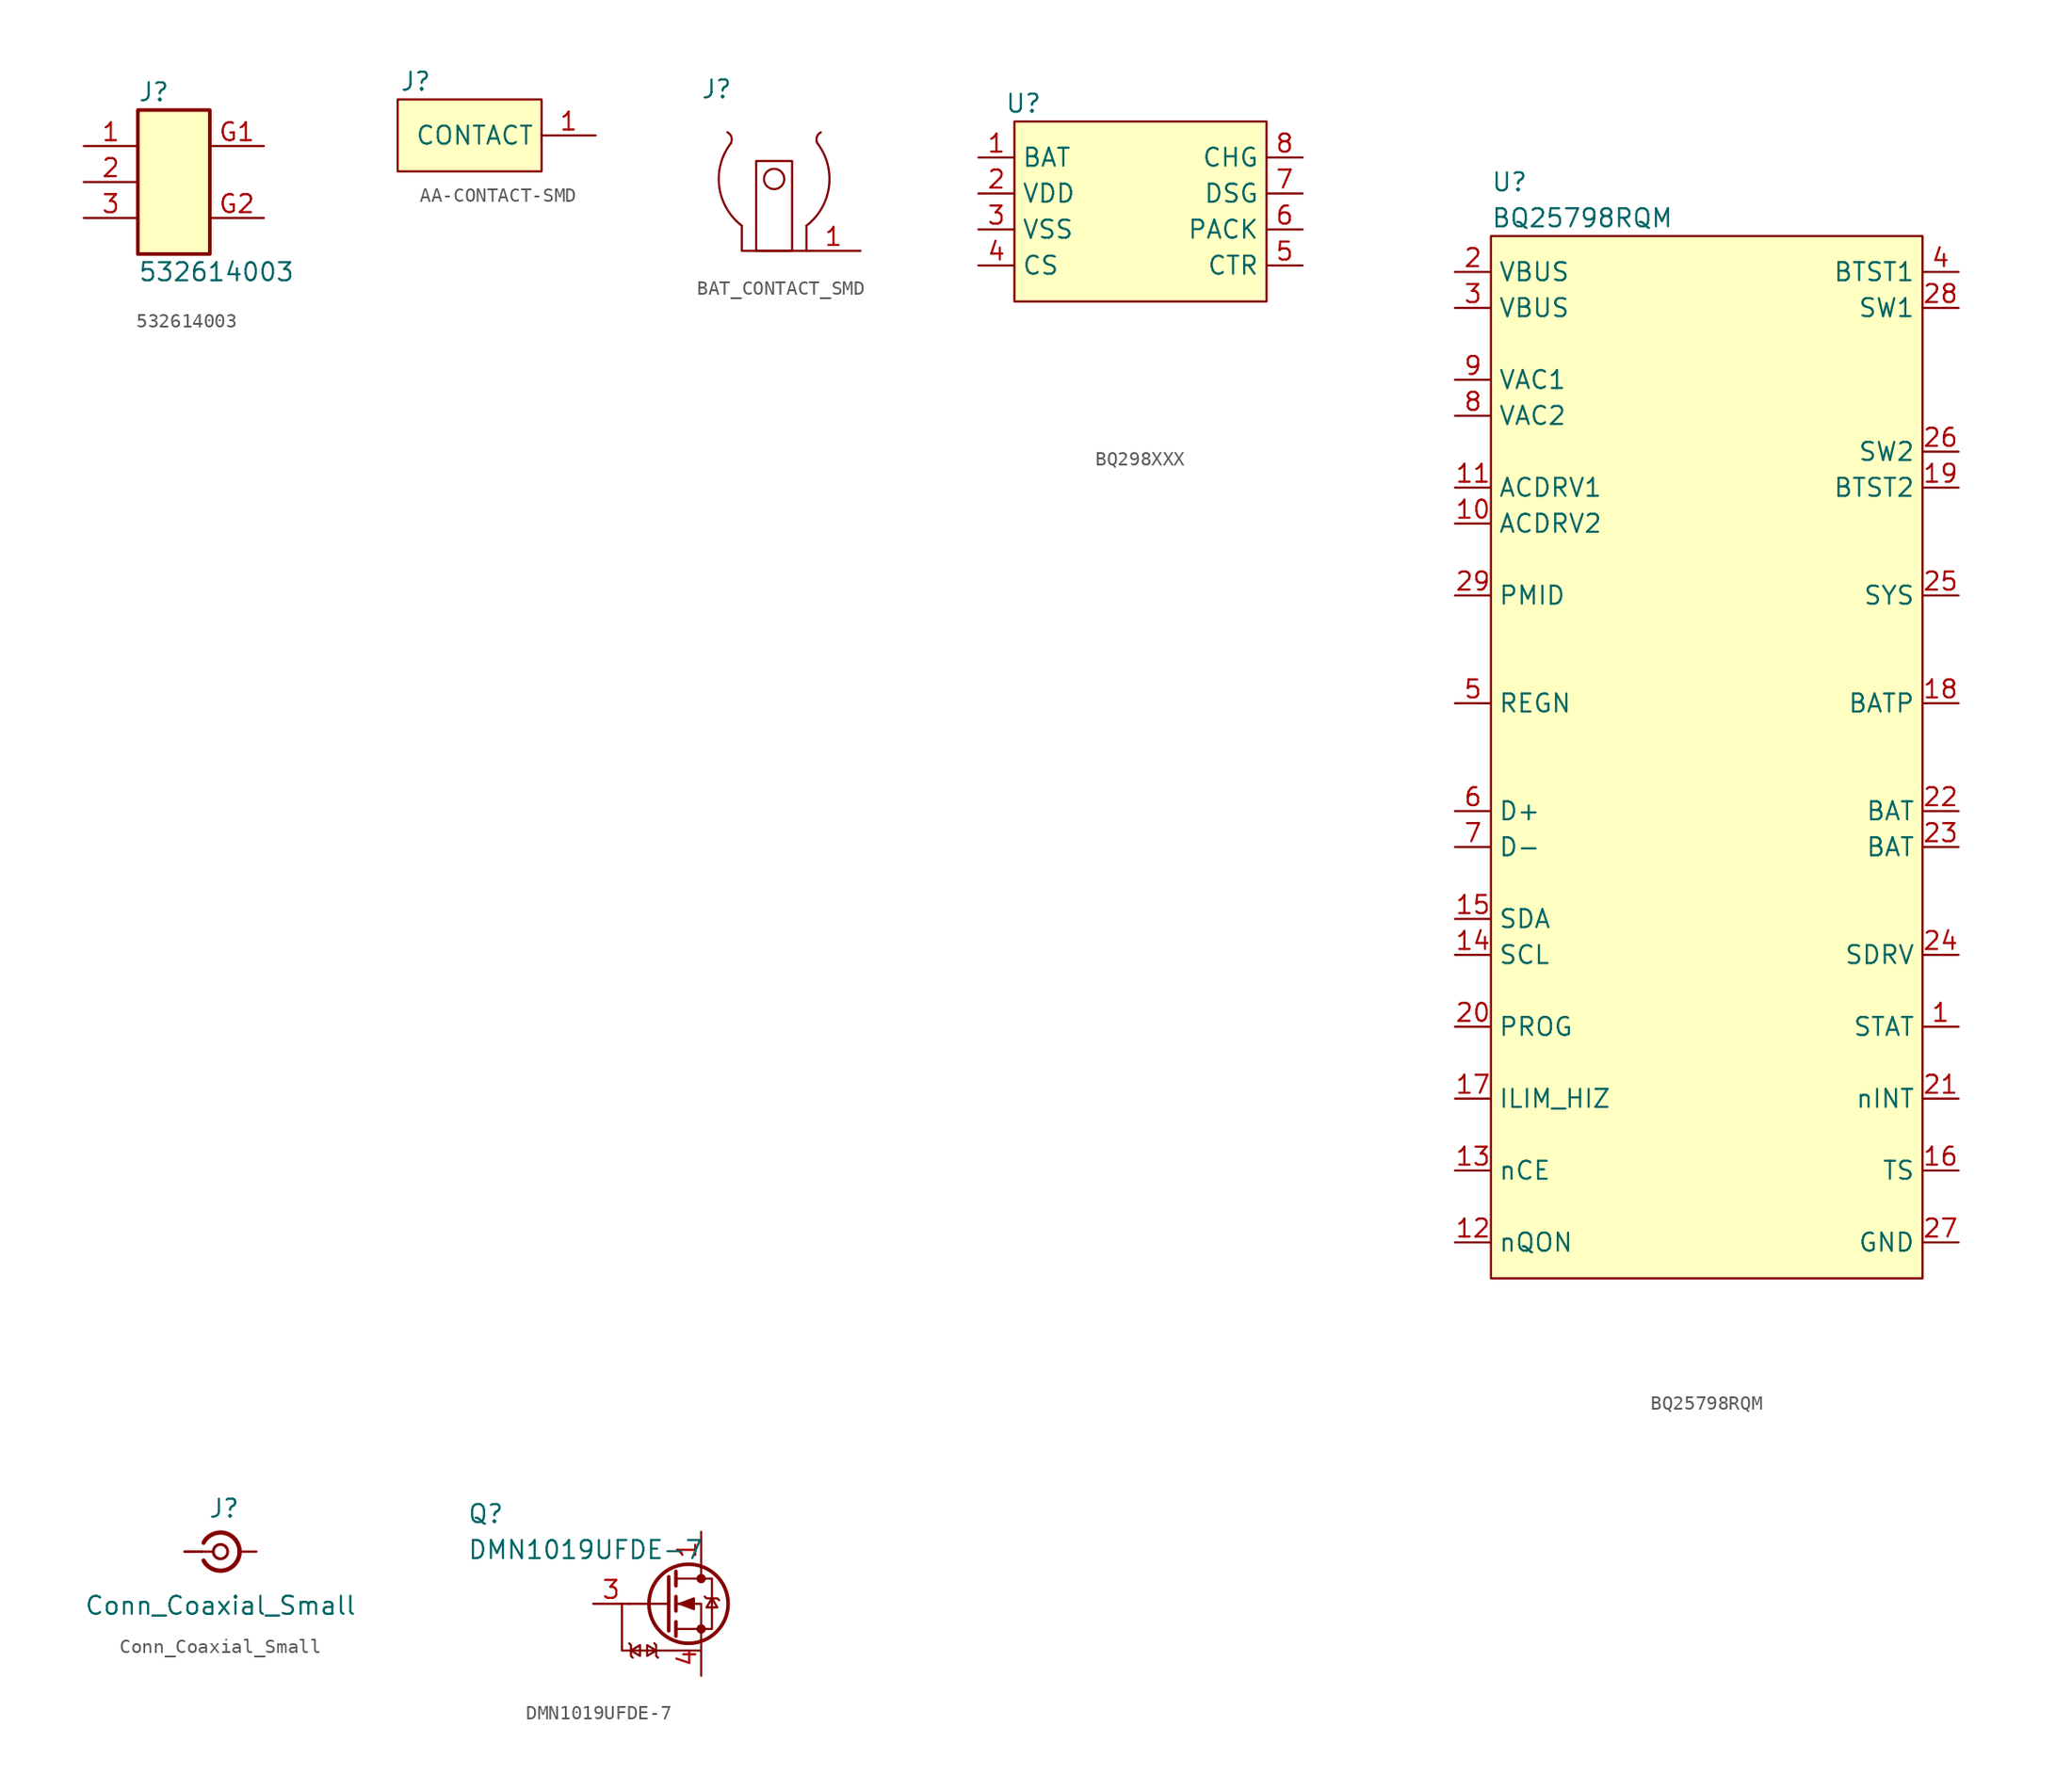
<source format=kicad_sym>
(kicad_symbol_lib
  (version 20241209)
  (generator "kicad_symbol_editor")
  (generator_version "9.0")
  (symbol "532614003"
    (pin_names
      (offset 1.016)
      (hide yes))
    (property "Reference" "J"
      (at -2.54 6.35 0)
      (effects (font (size 1.27 1.27)) (justify left)))
    (property "Value" "532614003"
      (at -2.54 -6.35 0)
      (effects (font (size 1.27 1.27)) (justify left)))
    (symbol "532614003_1_1"
      (rectangle (start -2.54 5.08) (end 2.54 -5.08) (stroke (width 0.254) (type default)) (fill (type background)))
      (pin passive line (at -6.35 2.54 0) (length 3.81) (name "1" (effects (font (size 1.27 1.27)))) (number "1" (effects (font (size 1.27 1.27)))))
      (pin passive line (at -6.35 0 0) (length 3.81) (name "2" (effects (font (size 1.27 1.27)))) (number "2" (effects (font (size 1.27 1.27)))))
      (pin passive line (at -6.35 -2.54 0) (length 3.81) (name "3" (effects (font (size 1.27 1.27)))) (number "3" (effects (font (size 1.27 1.27)))))
      (pin passive line (at 6.35 2.54 180) (length 3.81) (name "G1" (effects (font (size 1.27 1.27)))) (number "G1" (effects (font (size 1.27 1.27)))))
      (pin passive line (at 6.35 -2.54 180) (length 3.81) (name "G2" (effects (font (size 1.27 1.27)))) (number "G2" (effects (font (size 1.27 1.27)))))))
  (symbol "AA-CONTACT-SMD"
    (property "Reference" "J"
      (at 1.27 1.27 0)
      (effects (font (size 1.27 1.27))))
    (property "Value" ""
      (at 0 0 0)
      (effects (font (size 1.27 1.27))))
    (symbol "AA-CONTACT-SMD_1_1"
      (rectangle (start 0 0) (end 10.16 -5.08) (stroke (width 0) (type default)) (fill (type background)))
      (pin passive line (at 13.97 -2.54 180) (length 3.81) (name "CONTACT" (effects (font (size 1.27 1.27)))) (number "1" (effects (font (size 1.27 1.27)))))))
  (symbol "BAT_CONTACT_SMD"
    (property "Reference" "J"
      (at 1.27 1.27 0)
      (effects (font (size 1.27 1.27))))
    (property "Value" ""
      (at 0 0 0)
      (effects (font (size 1.27 1.27))))
    (symbol "BAT_CONTACT_SMD_0_1"
      (arc (start 2.032 -1.778) (mid 2.3168 -2.1064) (end 2.286 -2.54) (stroke (width 0) (type default)) (fill (type none)))
      (polyline (pts (xy 3.048 -8.382) (xy 3.048 -10.16) (xy 5.334 -10.16)) (stroke (width 0) (type default)) (fill (type none)))
      (rectangle (start 4.064 -3.81) (end 6.604 -10.16) (stroke (width 0) (type default)) (fill (type none)))
      (arc (start 8.38 -2.54) (mid 9.2089 -5.6188) (end 7.618 -8.382) (stroke (width 0) (type default)) (fill (type none)))
      (circle (center 5.334 -5.08) (radius 0.718) (stroke (width 0) (type default)) (fill (type none)))
      (arc (start 3.048 -8.382) (mid 1.4571 -5.6188) (end 2.286 -2.54) (stroke (width 0) (type default)) (fill (type none)))
      (polyline (pts (xy 7.618 -8.382) (xy 7.618 -10.16) (xy 5.332 -10.16)) (stroke (width 0) (type default)) (fill (type none)))
      (arc (start 8.38 -2.54) (mid 8.3519 -2.1083) (end 8.634 -1.778) (stroke (width 0) (type default)) (fill (type none))))
    (symbol "BAT_CONTACT_SMD_1_1"
      (pin passive line (at 11.43 -10.16 180) (length 3.81) (name "" (effects (font (size 1.27 1.27)))) (number "1" (effects (font (size 1.27 1.27)))))))
  (symbol "BQ298XXX"
    (property "Reference" "U"
      (at -8.255 7.62 0)
      (effects (font (size 1.27 1.27))))
    (property "Value" ""
      (at 1.905 -13.97 0)
      (effects (font (size 1.27 1.27))))
    (symbol "BQ298XXX_1_1"
      (rectangle (start -8.89 6.35) (end 8.89 -6.35) (stroke (width 0) (type solid)) (fill (type background)))
      (pin passive line (at -11.43 3.81 0) (length 2.54) (name "BAT" (effects (font (size 1.27 1.27)))) (number "1" (effects (font (size 1.27 1.27)))))
      (pin passive line (at -11.43 1.27 0) (length 2.54) (name "VDD" (effects (font (size 1.27 1.27)))) (number "2" (effects (font (size 1.27 1.27)))))
      (pin passive line (at -11.43 -1.27 0) (length 2.54) (name "VSS" (effects (font (size 1.27 1.27)))) (number "3" (effects (font (size 1.27 1.27)))))
      (pin passive line (at -11.43 -3.81 0) (length 2.54) (name "CS" (effects (font (size 1.27 1.27)))) (number "4" (effects (font (size 1.27 1.27)))))
      (pin passive line (at 11.43 3.81 180) (length 2.54) (name "CHG" (effects (font (size 1.27 1.27)))) (number "8" (effects (font (size 1.27 1.27)))))
      (pin passive line (at 11.43 1.27 180) (length 2.54) (name "DSG" (effects (font (size 1.27 1.27)))) (number "7" (effects (font (size 1.27 1.27)))))
      (pin passive line (at 11.43 -1.27 180) (length 2.54) (name "PACK" (effects (font (size 1.27 1.27)))) (number "6" (effects (font (size 1.27 1.27)))))
      (pin passive line (at 11.43 -3.81 180) (length 2.54) (name "CTR" (effects (font (size 1.27 1.27)))) (number "5" (effects (font (size 1.27 1.27)))))))
  (symbol "BQ25798RQM"
    (property "Reference" "U"
      (at -15.24 40.64 0)
      (effects (font (size 1.27 1.27)) (justify left)))
    (property "Value" "BQ25798RQM"
      (at -15.24 38.1 0)
      (effects (font (size 1.27 1.27)) (justify left)))
    (symbol "BQ25798RQM_1_1"
      (rectangle (start -15.24 36.83) (end 15.24 -36.83) (stroke (width 0) (type default)) (fill (type background)))
      (pin passive line (at -17.78 34.29 0) (length 2.54) (name "VBUS" (effects (font (size 1.27 1.27)))) (number "2" (effects (font (size 1.27 1.27)))))
      (pin passive line (at -17.78 31.75 0) (length 2.54) (name "VBUS" (effects (font (size 1.27 1.27)))) (number "3" (effects (font (size 1.27 1.27)))))
      (pin passive line (at -17.78 26.67 0) (length 2.54) (name "VAC1" (effects (font (size 1.27 1.27)))) (number "9" (effects (font (size 1.27 1.27)))))
      (pin passive line (at -17.78 24.13 0) (length 2.54) (name "VAC2" (effects (font (size 1.27 1.27)))) (number "8" (effects (font (size 1.27 1.27)))))
      (pin passive line (at -17.78 19.05 0) (length 2.54) (name "ACDRV1" (effects (font (size 1.27 1.27)))) (number "11" (effects (font (size 1.27 1.27)))))
      (pin passive line (at -17.78 16.51 0) (length 2.54) (name "ACDRV2" (effects (font (size 1.27 1.27)))) (number "10" (effects (font (size 1.27 1.27)))))
      (pin passive line (at -17.78 11.43 0) (length 2.54) (name "PMID" (effects (font (size 1.27 1.27)))) (number "29" (effects (font (size 1.27 1.27)))))
      (pin passive line (at -17.78 3.81 0) (length 2.54) (name "REGN" (effects (font (size 1.27 1.27)))) (number "5" (effects (font (size 1.27 1.27)))))
      (pin passive line (at -17.78 -3.81 0) (length 2.54) (name "D+" (effects (font (size 1.27 1.27)))) (number "6" (effects (font (size 1.27 1.27)))))
      (pin passive line (at -17.78 -6.35 0) (length 2.54) (name "D-" (effects (font (size 1.27 1.27)))) (number "7" (effects (font (size 1.27 1.27)))))
      (pin passive line (at -17.78 -11.43 0) (length 2.54) (name "SDA" (effects (font (size 1.27 1.27)))) (number "15" (effects (font (size 1.27 1.27)))))
      (pin passive line (at -17.78 -13.97 0) (length 2.54) (name "SCL" (effects (font (size 1.27 1.27)))) (number "14" (effects (font (size 1.27 1.27)))))
      (pin passive line (at -17.78 -19.05 0) (length 2.54) (name "PROG" (effects (font (size 1.27 1.27)))) (number "20" (effects (font (size 1.27 1.27)))))
      (pin passive line (at -17.78 -24.13 0) (length 2.54) (name "ILIM_HIZ" (effects (font (size 1.27 1.27)))) (number "17" (effects (font (size 1.27 1.27)))))
      (pin passive line (at -17.78 -29.21 0) (length 2.54) (name "nCE" (effects (font (size 1.27 1.27)))) (number "13" (effects (font (size 1.27 1.27)))))
      (pin passive line (at -17.78 -34.29 0) (length 2.54) (name "nQON" (effects (font (size 1.27 1.27)))) (number "12" (effects (font (size 1.27 1.27)))))
      (pin passive line (at 17.78 34.29 180) (length 2.54) (name "BTST1" (effects (font (size 1.27 1.27)))) (number "4" (effects (font (size 1.27 1.27)))))
      (pin passive line (at 17.78 31.75 180) (length 2.54) (name "SW1" (effects (font (size 1.27 1.27)))) (number "28" (effects (font (size 1.27 1.27)))))
      (pin passive line (at 17.78 21.59 180) (length 2.54) (name "SW2" (effects (font (size 1.27 1.27)))) (number "26" (effects (font (size 1.27 1.27)))))
      (pin passive line (at 17.78 19.05 180) (length 2.54) (name "BTST2" (effects (font (size 1.27 1.27)))) (number "19" (effects (font (size 1.27 1.27)))))
      (pin passive line (at 17.78 11.43 180) (length 2.54) (name "SYS" (effects (font (size 1.27 1.27)))) (number "25" (effects (font (size 1.27 1.27)))))
      (pin passive line (at 17.78 3.81 180) (length 2.54) (name "BATP" (effects (font (size 1.27 1.27)))) (number "18" (effects (font (size 1.27 1.27)))))
      (pin passive line (at 17.78 -3.81 180) (length 2.54) (name "BAT" (effects (font (size 1.27 1.27)))) (number "22" (effects (font (size 1.27 1.27)))))
      (pin passive line (at 17.78 -6.35 180) (length 2.54) (name "BAT" (effects (font (size 1.27 1.27)))) (number "23" (effects (font (size 1.27 1.27)))))
      (pin passive line (at 17.78 -13.97 180) (length 2.54) (name "SDRV" (effects (font (size 1.27 1.27)))) (number "24" (effects (font (size 1.27 1.27)))))
      (pin passive line (at 17.78 -19.05 180) (length 2.54) (name "STAT" (effects (font (size 1.27 1.27)))) (number "1" (effects (font (size 1.27 1.27)))))
      (pin passive line (at 17.78 -24.13 180) (length 2.54) (name "nINT" (effects (font (size 1.27 1.27)))) (number "21" (effects (font (size 1.27 1.27)))))
      (pin passive line (at 17.78 -29.21 180) (length 2.54) (name "TS" (effects (font (size 1.27 1.27)))) (number "16" (effects (font (size 1.27 1.27)))))
      (pin passive line (at 17.78 -34.29 180) (length 2.54) (name "GND" (effects (font (size 1.27 1.27)))) (number "27" (effects (font (size 1.27 1.27)))))))
  (symbol "Conn_Coaxial_Small"
    (pin_numbers
      (hide yes))
    (pin_names
      (offset 1.016)
      (hide yes))
    (property "Reference" "J"
      (at 0.254 3.048 0)
      (effects (font (size 1.27 1.27))))
    (property "Value" "Conn_Coaxial_Small"
      (at 0 -3.81 0)
      (effects (font (size 1.27 1.27))))
    (symbol "Conn_Coaxial_Small_0_1"
      (polyline (pts (xy -2.54 0) (xy -0.508 0)) (stroke (width 0) (type default)) (fill (type none)))
      (circle (center 0 0) (radius 0.508) (stroke (width 0.203) (type default)) (fill (type none))))
    (symbol "Conn_Coaxial_Small_1_1"
      (arc (start 1.3484 0.0039) (mid 0.327 -1.308) (end -1.1916 -0.6311) (stroke (width 0.3048) (type default)) (fill (type none)))
      (arc (start -1.1916 0.6311) (mid 0.327 1.3081) (end 1.3484 -0.0039) (stroke (width 0.3048) (type default)) (fill (type none)))
      (pin passive line (at -2.54 0 0) (length 1.27) (name "In" (effects (font (size 1.27 1.27)))) (number "1" (effects (font (size 1.27 1.27)))))
      (pin passive line (at 2.54 0 180) (length 1.27) (name "Ext" (effects (font (size 1.27 1.27)))) (number "2" (effects (font (size 1.27 1.27)))))))
  (symbol "DMN1019UFDE-7"
    (pin_names
      (hide yes))
    (property "Reference" "Q"
      (at -11.43 2.54 0)
      (effects (font (size 1.27 1.27)) (justify left)))
    (property "Value" "DMN1019UFDE-7"
      (at -11.43 0 0)
      (effects (font (size 1.27 1.27)) (justify left)))
    (symbol "DMN1019UFDE-7_0_1"
      (polyline (pts (xy 0 -6.604) (xy 0.127 -6.731) (xy 0.127 -7.493) (xy 0.254 -7.62)) (stroke (width 0) (type default)) (fill (type none)))
      (polyline (pts (xy 0.127 -7.112) (xy 0.762 -6.731) (xy 0.762 -7.493) (xy 0.127 -7.112)) (stroke (width 0) (type default)) (fill (type none)))
      (polyline (pts (xy 1.905 -7.112) (xy 1.27 -7.493) (xy 1.27 -6.731) (xy 1.905 -7.112)) (stroke (width 0) (type default)) (fill (type none)))
      (polyline (pts (xy 2.032 -7.62) (xy 1.905 -7.493) (xy 1.905 -6.731) (xy 1.778 -6.604)) (stroke (width 0) (type default)) (fill (type none)))
      (polyline (pts (xy 2.794 -1.905) (xy 2.794 -5.715)) (stroke (width 0.254) (type default)) (fill (type none)))
      (polyline (pts (xy 2.794 -3.81) (xy 0 -3.81)) (stroke (width 0) (type default)) (fill (type none)))
      (polyline (pts (xy 3.302 -1.524) (xy 3.302 -2.54)) (stroke (width 0.254) (type default)) (fill (type none)))
      (polyline (pts (xy 3.302 -3.302) (xy 3.302 -4.318)) (stroke (width 0.254) (type default)) (fill (type none)))
      (polyline (pts (xy 3.302 -5.08) (xy 3.302 -6.096)) (stroke (width 0.254) (type default)) (fill (type none)))
      (polyline (pts (xy 3.302 -5.588) (xy 5.842 -5.588) (xy 5.842 -2.032) (xy 3.302 -2.032)) (stroke (width 0) (type default)) (fill (type none)))
      (polyline (pts (xy 3.556 -3.81) (xy 4.572 -3.429) (xy 4.572 -4.191) (xy 3.556 -3.81)) (stroke (width 0) (type default)) (fill (type outline)))
      (circle (center 4.191 -3.81) (radius 2.794) (stroke (width 0.254) (type default)) (fill (type none)))
      (polyline (pts (xy 5.08 -1.27) (xy 5.08 -2.032)) (stroke (width 0) (type default)) (fill (type none)))
      (circle (center 5.08 -2.032) (radius 0.254) (stroke (width 0) (type default)) (fill (type outline)))
      (circle (center 5.08 -5.588) (radius 0.254) (stroke (width 0) (type default)) (fill (type outline)))
      (polyline (pts (xy 5.08 -6.35) (xy 5.08 -3.81) (xy 3.302 -3.81)) (stroke (width 0) (type default)) (fill (type none)))
      (polyline (pts (xy 5.08 -7.112) (xy -0.508 -7.112) (xy -0.508 -3.81)) (stroke (width 0) (type default)) (fill (type none)))
      (polyline (pts (xy 5.334 -3.302) (xy 5.461 -3.429) (xy 6.223 -3.429) (xy 6.35 -3.556)) (stroke (width 0) (type default)) (fill (type none)))
      (polyline (pts (xy 5.842 -3.429) (xy 5.461 -4.064) (xy 6.223 -4.064) (xy 5.842 -3.429)) (stroke (width 0) (type default)) (fill (type none))))
    (symbol "DMN1019UFDE-7_1_1"
      (pin input line (at -2.54 -3.81 0) (length 2.54) (name "G" (effects (font (size 1.27 1.27)))) (number "3" (effects (font (size 1.27 1.27)))))
      (pin passive line (at 5.08 1.27 270) (length 2.54) (name "D" (effects (font (size 1.27 1.27)))) (number "1" (effects (font (size 1.27 1.27)))))
      (pin passive line (at 5.08 -8.89 90) (length 2.54) (name "S" (effects (font (size 1.27 1.27)))) (number "4" (effects (font (size 1.27 1.27))))))))
</source>
